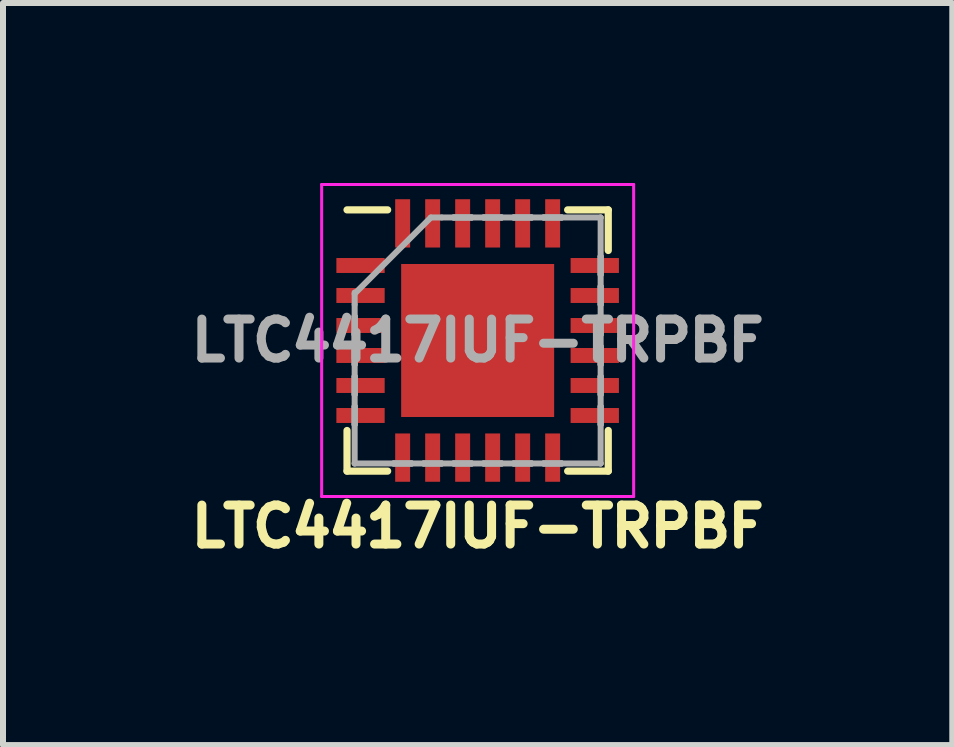
<source format=kicad_pcb>
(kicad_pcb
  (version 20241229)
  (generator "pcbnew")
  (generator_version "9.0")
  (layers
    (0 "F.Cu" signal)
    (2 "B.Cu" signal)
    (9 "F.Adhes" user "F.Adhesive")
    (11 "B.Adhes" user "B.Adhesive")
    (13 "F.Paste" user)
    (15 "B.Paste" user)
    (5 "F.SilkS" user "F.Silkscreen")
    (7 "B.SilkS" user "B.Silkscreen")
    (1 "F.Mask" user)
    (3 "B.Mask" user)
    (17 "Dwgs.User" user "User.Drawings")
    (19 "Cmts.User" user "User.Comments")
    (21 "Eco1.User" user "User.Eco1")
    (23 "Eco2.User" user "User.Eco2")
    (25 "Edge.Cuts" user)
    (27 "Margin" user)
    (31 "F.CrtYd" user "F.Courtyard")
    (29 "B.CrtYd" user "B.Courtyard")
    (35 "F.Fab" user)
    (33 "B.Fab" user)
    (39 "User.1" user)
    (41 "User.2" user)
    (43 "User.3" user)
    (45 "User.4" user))
  (footprint "LTC4417IUF-TRPBF"
    (layer "F.Cu")
    (at 4.911 2.625)
    (property "Reference" "LTC4417IUF-TRPBF" (at 0 3.1 0) (layer "F.SilkS") (effects (font (size 0.65 0.65) (thickness 0.15))))
    (attr smd)
    (fp_line (start -2.177 1.5) (end -2.177 2.177) (stroke (width 0.12) (type solid)) (layer "F.SilkS"))
    (fp_line (start -2.177 2.177) (end -1.5 2.177) (stroke (width 0.12) (type solid)) (layer "F.SilkS"))
    (fp_line (start -1.5 -2.177) (end -2.177 -2.177) (stroke (width 0.12) (type solid)) (layer "F.SilkS"))
    (fp_line (start 1.5 2.177) (end 2.177 2.177) (stroke (width 0.12) (type solid)) (layer "F.SilkS"))
    (fp_line (start 2.177 -2.177) (end 1.5 -2.177) (stroke (width 0.12) (type solid)) (layer "F.SilkS"))
    (fp_line (start 2.177 -1.5) (end 2.177 -2.177) (stroke (width 0.12) (type solid)) (layer "F.SilkS"))
    (fp_line (start 2.177 2.177) (end 2.177 1.5) (stroke (width 0.12) (type solid)) (layer "F.SilkS"))
    (fp_poly (pts (xy -1.175 -1.175) (xy -1.175 -0.1) (xy -0.1 -0.1) (xy -0.1 -1.175)) (stroke (width 0.1) (type solid)) (fill yes) (layer "F.Paste"))
    (fp_poly (pts (xy -1.175 0.1) (xy -1.175 1.175) (xy -0.1 1.175) (xy -0.1 0.1)) (stroke (width 0.1) (type solid)) (fill yes) (layer "F.Paste"))
    (fp_poly (pts (xy 0.1 -1.175) (xy 0.1 -0.1) (xy 1.175 -0.1) (xy 1.175 -1.175)) (stroke (width 0.1) (type solid)) (fill yes) (layer "F.Paste"))
    (fp_poly (pts (xy 0.1 0.1) (xy 0.1 1.175) (xy 1.175 1.175) (xy 1.175 0.1)) (stroke (width 0.1) (type solid)) (fill yes) (layer "F.Paste"))
    (fp_line (start -2.6 -2.6) (end 2.6 -2.6) (stroke (width 0.05) (type solid)) (layer "F.CrtYd"))
    (fp_line (start -2.6 2.6) (end -2.6 -2.6) (stroke (width 0.05) (type solid)) (layer "F.CrtYd"))
    (fp_line (start 2.6 -2.6) (end 2.6 2.6) (stroke (width 0.05) (type solid)) (layer "F.CrtYd"))
    (fp_line (start 2.6 2.6) (end -2.6 2.6) (stroke (width 0.05) (type solid)) (layer "F.CrtYd"))
    (fp_line (start -2.05 -0.8) (end -2.05 2.05) (stroke (width 0.1) (type solid)) (layer "F.Fab"))
    (fp_line (start -2.05 -0.78) (end -0.78 -2.05) (stroke (width 0.1) (type solid)) (layer "F.Fab"))
    (fp_line (start -2.05 -0.6) (end -2.05 -0.6) (stroke (width 0.1) (type solid)) (layer "F.Fab"))
    (fp_line (start -2.05 -0.4) (end -2.05 -0.4) (stroke (width 0.1) (type solid)) (layer "F.Fab"))
    (fp_line (start -2.05 -0.4) (end -2.05 -0.1) (stroke (width 0.1) (type solid)) (layer "F.Fab"))
    (fp_line (start -2.05 -0.1) (end -2.05 -0.4) (stroke (width 0.1) (type solid)) (layer "F.Fab"))
    (fp_line (start -2.05 -0.1) (end -2.05 -0.1) (stroke (width 0.1) (type solid)) (layer "F.Fab"))
    (fp_line (start -2.05 0.1) (end -2.05 0.1) (stroke (width 0.1) (type solid)) (layer "F.Fab"))
    (fp_line (start -2.05 0.1) (end -2.05 0.4) (stroke (width 0.1) (type solid)) (layer "F.Fab"))
    (fp_line (start -2.05 0.4) (end -2.05 0.1) (stroke (width 0.1) (type solid)) (layer "F.Fab"))
    (fp_line (start -2.05 0.4) (end -2.05 0.4) (stroke (width 0.1) (type solid)) (layer "F.Fab"))
    (fp_line (start -2.05 0.6) (end -2.05 0.6) (stroke (width 0.1) (type solid)) (layer "F.Fab"))
    (fp_line (start -2.05 0.6) (end -2.05 0.9) (stroke (width 0.1) (type solid)) (layer "F.Fab"))
    (fp_line (start -2.05 0.9) (end -2.05 0.6) (stroke (width 0.1) (type solid)) (layer "F.Fab"))
    (fp_line (start -2.05 0.9) (end -2.05 0.9) (stroke (width 0.1) (type solid)) (layer "F.Fab"))
    (fp_line (start -2.05 1.1) (end -2.05 1.1) (stroke (width 0.1) (type solid)) (layer "F.Fab"))
    (fp_line (start -2.05 1.1) (end -2.05 1.4) (stroke (width 0.1) (type solid)) (layer "F.Fab"))
    (fp_line (start -2.05 1.4) (end -2.05 1.1) (stroke (width 0.1) (type solid)) (layer "F.Fab"))
    (fp_line (start -2.05 1.4) (end -2.05 1.4) (stroke (width 0.1) (type solid)) (layer "F.Fab"))
    (fp_line (start -2.05 2.05) (end -2.05 2.05) (stroke (width 0.1) (type solid)) (layer "F.Fab"))
    (fp_line (start -2.05 2.05) (end 2.05 2.05) (stroke (width 0.1) (type solid)) (layer "F.Fab"))
    (fp_line (start -1.4 2.05) (end -1.4 2.05) (stroke (width 0.1) (type solid)) (layer "F.Fab"))
    (fp_line (start -1.4 2.05) (end -1.1 2.05) (stroke (width 0.1) (type solid)) (layer "F.Fab"))
    (fp_line (start -1.1 2.05) (end -1.4 2.05) (stroke (width 0.1) (type solid)) (layer "F.Fab"))
    (fp_line (start -1.1 2.05) (end -1.1 2.05) (stroke (width 0.1) (type solid)) (layer "F.Fab"))
    (fp_line (start -0.9 2.05) (end -0.9 2.05) (stroke (width 0.1) (type solid)) (layer "F.Fab"))
    (fp_line (start -0.9 2.05) (end -0.6 2.05) (stroke (width 0.1) (type solid)) (layer "F.Fab"))
    (fp_line (start -0.6 -2.05) (end -0.6 -2.05) (stroke (width 0.1) (type solid)) (layer "F.Fab"))
    (fp_line (start -0.6 2.05) (end -0.9 2.05) (stroke (width 0.1) (type solid)) (layer "F.Fab"))
    (fp_line (start -0.6 2.05) (end -0.6 2.05) (stroke (width 0.1) (type solid)) (layer "F.Fab"))
    (fp_line (start -0.4 -2.05) (end -0.4 -2.05) (stroke (width 0.1) (type solid)) (layer "F.Fab"))
    (fp_line (start -0.4 -2.05) (end -0.1 -2.05) (stroke (width 0.1) (type solid)) (layer "F.Fab"))
    (fp_line (start -0.4 2.05) (end -0.4 2.05) (stroke (width 0.1) (type solid)) (layer "F.Fab"))
    (fp_line (start -0.4 2.05) (end -0.1 2.05) (stroke (width 0.1) (type solid)) (layer "F.Fab"))
    (fp_line (start -0.1 -2.05) (end -0.4 -2.05) (stroke (width 0.1) (type solid)) (layer "F.Fab"))
    (fp_line (start -0.1 -2.05) (end -0.1 -2.05) (stroke (width 0.1) (type solid)) (layer "F.Fab"))
    (fp_line (start -0.1 2.05) (end -0.4 2.05) (stroke (width 0.1) (type solid)) (layer "F.Fab"))
    (fp_line (start -0.1 2.05) (end -0.1 2.05) (stroke (width 0.1) (type solid)) (layer "F.Fab"))
    (fp_line (start 0.1 -2.05) (end 0.1 -2.05) (stroke (width 0.1) (type solid)) (layer "F.Fab"))
    (fp_line (start 0.1 -2.05) (end 0.4 -2.05) (stroke (width 0.1) (type solid)) (layer "F.Fab"))
    (fp_line (start 0.1 2.05) (end 0.1 2.05) (stroke (width 0.1) (type solid)) (layer "F.Fab"))
    (fp_line (start 0.1 2.05) (end 0.4 2.05) (stroke (width 0.1) (type solid)) (layer "F.Fab"))
    (fp_line (start 0.4 -2.05) (end 0.1 -2.05) (stroke (width 0.1) (type solid)) (layer "F.Fab"))
    (fp_line (start 0.4 -2.05) (end 0.4 -2.05) (stroke (width 0.1) (type solid)) (layer "F.Fab"))
    (fp_line (start 0.4 2.05) (end 0.1 2.05) (stroke (width 0.1) (type solid)) (layer "F.Fab"))
    (fp_line (start 0.4 2.05) (end 0.4 2.05) (stroke (width 0.1) (type solid)) (layer "F.Fab"))
    (fp_line (start 0.6 -2.05) (end 0.6 -2.05) (stroke (width 0.1) (type solid)) (layer "F.Fab"))
    (fp_line (start 0.6 -2.05) (end 0.9 -2.05) (stroke (width 0.1) (type solid)) (layer "F.Fab"))
    (fp_line (start 0.6 2.05) (end 0.6 2.05) (stroke (width 0.1) (type solid)) (layer "F.Fab"))
    (fp_line (start 0.6 2.05) (end 0.9 2.05) (stroke (width 0.1) (type solid)) (layer "F.Fab"))
    (fp_line (start 0.9 -2.05) (end 0.6 -2.05) (stroke (width 0.1) (type solid)) (layer "F.Fab"))
    (fp_line (start 0.9 -2.05) (end 0.9 -2.05) (stroke (width 0.1) (type solid)) (layer "F.Fab"))
    (fp_line (start 0.9 2.05) (end 0.6 2.05) (stroke (width 0.1) (type solid)) (layer "F.Fab"))
    (fp_line (start 0.9 2.05) (end 0.9 2.05) (stroke (width 0.1) (type solid)) (layer "F.Fab"))
    (fp_line (start 1.1 -2.05) (end 1.1 -2.05) (stroke (width 0.1) (type solid)) (layer "F.Fab"))
    (fp_line (start 1.1 -2.05) (end 1.4 -2.05) (stroke (width 0.1) (type solid)) (layer "F.Fab"))
    (fp_line (start 1.1 2.05) (end 1.1 2.05) (stroke (width 0.1) (type solid)) (layer "F.Fab"))
    (fp_line (start 1.1 2.05) (end 1.4 2.05) (stroke (width 0.1) (type solid)) (layer "F.Fab"))
    (fp_line (start 1.4 -2.05) (end 1.1 -2.05) (stroke (width 0.1) (type solid)) (layer "F.Fab"))
    (fp_line (start 1.4 -2.05) (end 1.4 -2.05) (stroke (width 0.1) (type solid)) (layer "F.Fab"))
    (fp_line (start 1.4 2.05) (end 1.1 2.05) (stroke (width 0.1) (type solid)) (layer "F.Fab"))
    (fp_line (start 1.4 2.05) (end 1.4 2.05) (stroke (width 0.1) (type solid)) (layer "F.Fab"))
    (fp_line (start 2.05 -2.05) (end -0.78 -2.05) (stroke (width 0.1) (type solid)) (layer "F.Fab"))
    (fp_line (start 2.05 -2.05) (end 2.05 -2.05) (stroke (width 0.1) (type solid)) (layer "F.Fab"))
    (fp_line (start 2.05 -1.4) (end 2.05 -1.4) (stroke (width 0.1) (type solid)) (layer "F.Fab"))
    (fp_line (start 2.05 -1.4) (end 2.05 -1.1) (stroke (width 0.1) (type solid)) (layer "F.Fab"))
    (fp_line (start 2.05 -1.1) (end 2.05 -1.4) (stroke (width 0.1) (type solid)) (layer "F.Fab"))
    (fp_line (start 2.05 -1.1) (end 2.05 -1.1) (stroke (width 0.1) (type solid)) (layer "F.Fab"))
    (fp_line (start 2.05 -0.9) (end 2.05 -0.9) (stroke (width 0.1) (type solid)) (layer "F.Fab"))
    (fp_line (start 2.05 -0.9) (end 2.05 -0.6) (stroke (width 0.1) (type solid)) (layer "F.Fab"))
    (fp_line (start 2.05 -0.6) (end 2.05 -0.9) (stroke (width 0.1) (type solid)) (layer "F.Fab"))
    (fp_line (start 2.05 -0.6) (end 2.05 -0.6) (stroke (width 0.1) (type solid)) (layer "F.Fab"))
    (fp_line (start 2.05 -0.4) (end 2.05 -0.4) (stroke (width 0.1) (type solid)) (layer "F.Fab"))
    (fp_line (start 2.05 -0.4) (end 2.05 -0.1) (stroke (width 0.1) (type solid)) (layer "F.Fab"))
    (fp_line (start 2.05 -0.1) (end 2.05 -0.4) (stroke (width 0.1) (type solid)) (layer "F.Fab"))
    (fp_line (start 2.05 -0.1) (end 2.05 -0.1) (stroke (width 0.1) (type solid)) (layer "F.Fab"))
    (fp_line (start 2.05 0.1) (end 2.05 0.1) (stroke (width 0.1) (type solid)) (layer "F.Fab"))
    (fp_line (start 2.05 0.1) (end 2.05 0.4) (stroke (width 0.1) (type solid)) (layer "F.Fab"))
    (fp_line (start 2.05 0.4) (end 2.05 0.1) (stroke (width 0.1) (type solid)) (layer "F.Fab"))
    (fp_line (start 2.05 0.4) (end 2.05 0.4) (stroke (width 0.1) (type solid)) (layer "F.Fab"))
    (fp_line (start 2.05 0.6) (end 2.05 0.6) (stroke (width 0.1) (type solid)) (layer "F.Fab"))
    (fp_line (start 2.05 0.6) (end 2.05 0.9) (stroke (width 0.1) (type solid)) (layer "F.Fab"))
    (fp_line (start 2.05 0.9) (end 2.05 0.6) (stroke (width 0.1) (type solid)) (layer "F.Fab"))
    (fp_line (start 2.05 0.9) (end 2.05 0.9) (stroke (width 0.1) (type solid)) (layer "F.Fab"))
    (fp_line (start 2.05 1.1) (end 2.05 1.1) (stroke (width 0.1) (type solid)) (layer "F.Fab"))
    (fp_line (start 2.05 1.1) (end 2.05 1.4) (stroke (width 0.1) (type solid)) (layer "F.Fab"))
    (fp_line (start 2.05 1.4) (end 2.05 1.1) (stroke (width 0.1) (type solid)) (layer "F.Fab"))
    (fp_line (start 2.05 1.4) (end 2.05 1.4) (stroke (width 0.1) (type solid)) (layer "F.Fab"))
    (fp_line (start 2.05 2.05) (end 2.05 -2.05) (stroke (width 0.1) (type solid)) (layer "F.Fab"))
    (fp_line (start 2.05 2.05) (end 2.05 2.05) (stroke (width 0.1) (type solid)) (layer "F.Fab"))
    (fp_text user "${REFERENCE}" (at 0 0 0) (layer "F.Fab") (effects (font (size 0.65 0.65) (thickness 0.15))))
    (pad "1" smd rect (at -1.952 -1.25 90) (size 0.249 0.805) (layers "F.Cu" "F.Mask" "F.Paste"))
    (pad "2" smd rect (at -1.952 -0.75 90) (size 0.249 0.805) (layers "F.Cu" "F.Mask" "F.Paste"))
    (pad "3" smd rect (at -1.952 -0.25 90) (size 0.249 0.805) (layers "F.Cu" "F.Mask" "F.Paste"))
    (pad "4" smd rect (at -1.952 0.25 90) (size 0.249 0.805) (layers "F.Cu" "F.Mask" "F.Paste"))
    (pad "5" smd rect (at -1.952 0.75 90) (size 0.249 0.805) (layers "F.Cu" "F.Mask" "F.Paste"))
    (pad "6" smd rect (at -1.952 1.25 90) (size 0.249 0.805) (layers "F.Cu" "F.Mask" "F.Paste"))
    (pad "7" smd rect (at -1.25 1.952) (size 0.249 0.805) (layers "F.Cu" "F.Mask" "F.Paste"))
    (pad "8" smd rect (at -0.75 1.952) (size 0.249 0.805) (layers "F.Cu" "F.Mask" "F.Paste"))
    (pad "9" smd rect (at -0.25 1.952) (size 0.249 0.805) (layers "F.Cu" "F.Mask" "F.Paste"))
    (pad "10" smd rect (at 0.25 1.952) (size 0.249 0.805) (layers "F.Cu" "F.Mask" "F.Paste"))
    (pad "11" smd rect (at 0.75 1.952) (size 0.249 0.805) (layers "F.Cu" "F.Mask" "F.Paste"))
    (pad "12" smd rect (at 1.25 1.952) (size 0.249 0.805) (layers "F.Cu" "F.Mask" "F.Paste"))
    (pad "13" smd rect (at 1.952 1.25 90) (size 0.249 0.805) (layers "F.Cu" "F.Mask" "F.Paste"))
    (pad "14" smd rect (at 1.952 0.75 90) (size 0.249 0.805) (layers "F.Cu" "F.Mask" "F.Paste"))
    (pad "15" smd rect (at 1.952 0.25 90) (size 0.249 0.805) (layers "F.Cu" "F.Mask" "F.Paste"))
    (pad "16" smd rect (at 1.952 -0.25 90) (size 0.249 0.805) (layers "F.Cu" "F.Mask" "F.Paste"))
    (pad "17" smd rect (at 1.952 -0.75 90) (size 0.249 0.805) (layers "F.Cu" "F.Mask" "F.Paste"))
    (pad "18" smd rect (at 1.952 -1.25 90) (size 0.249 0.805) (layers "F.Cu" "F.Mask" "F.Paste"))
    (pad "19" smd rect (at 1.25 -1.952) (size 0.249 0.805) (layers "F.Cu" "F.Mask" "F.Paste"))
    (pad "20" smd rect (at 0.75 -1.952) (size 0.249 0.805) (layers "F.Cu" "F.Mask" "F.Paste"))
    (pad "21" smd rect (at 0.25 -1.952) (size 0.249 0.805) (layers "F.Cu" "F.Mask" "F.Paste"))
    (pad "22" smd rect (at -0.25 -1.952) (size 0.249 0.805) (layers "F.Cu" "F.Mask" "F.Paste"))
    (pad "23" smd rect (at -0.75 -1.952) (size 0.249 0.805) (layers "F.Cu" "F.Mask" "F.Paste"))
    (pad "24" smd rect (at -1.25 -1.952) (size 0.249 0.805) (layers "F.Cu" "F.Mask" "F.Paste"))
    (pad "25" smd rect (at 0 0) (size 2.55 2.55) (layers "F.Cu" "F.Mask")))
  (gr_rect
    (start -3 -3)
    (end 12.822 9.368)
    (stroke (width 0.1) (type default))
    (fill no)
    (layer "Edge.Cuts")))
</source>
